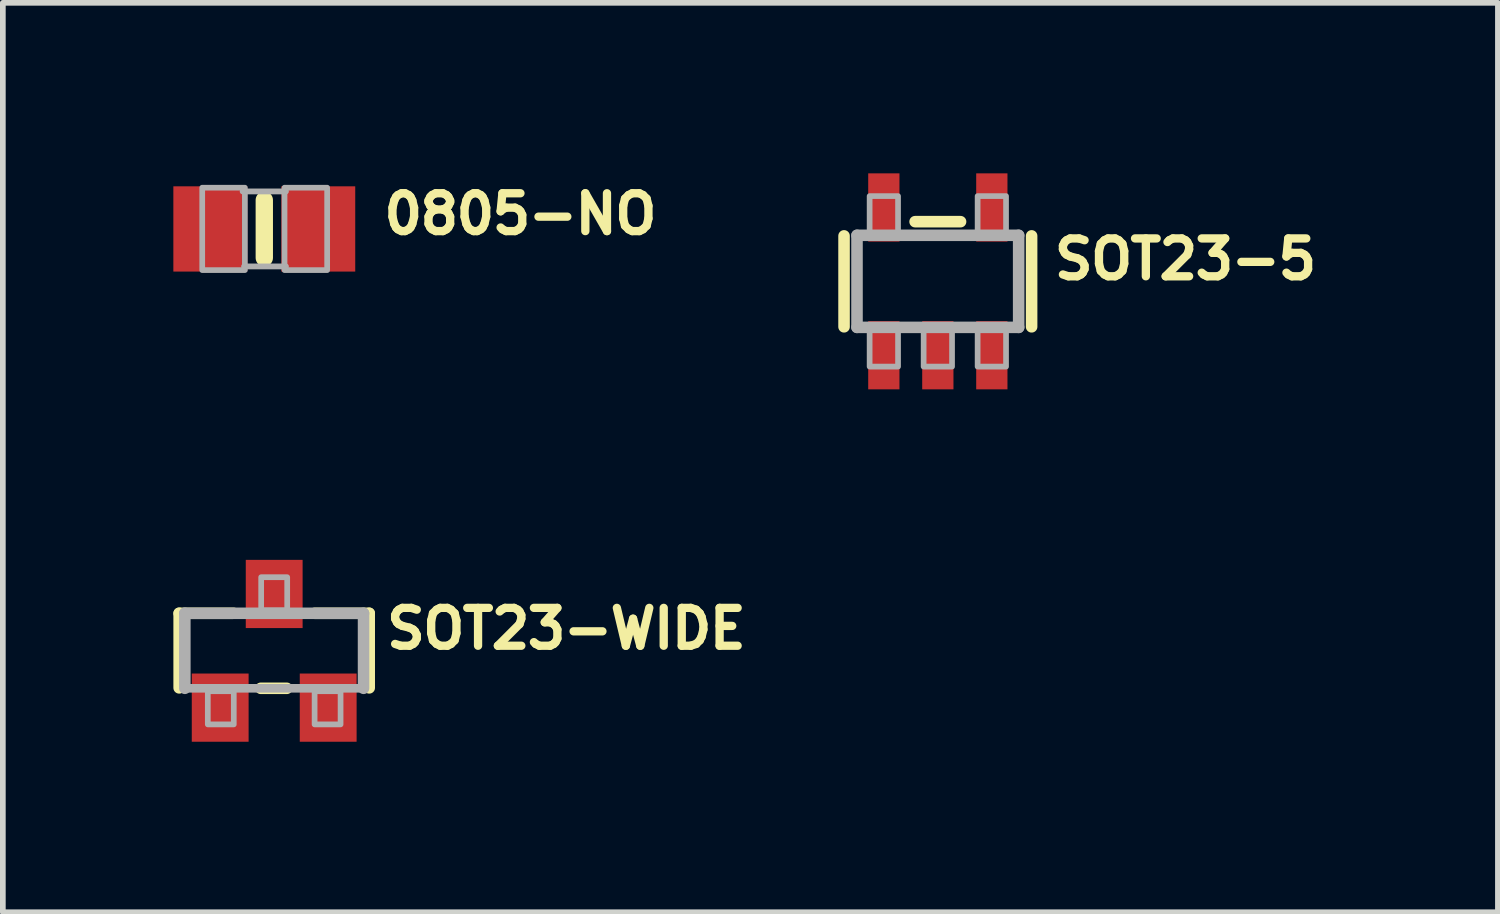
<source format=kicad_pcb>
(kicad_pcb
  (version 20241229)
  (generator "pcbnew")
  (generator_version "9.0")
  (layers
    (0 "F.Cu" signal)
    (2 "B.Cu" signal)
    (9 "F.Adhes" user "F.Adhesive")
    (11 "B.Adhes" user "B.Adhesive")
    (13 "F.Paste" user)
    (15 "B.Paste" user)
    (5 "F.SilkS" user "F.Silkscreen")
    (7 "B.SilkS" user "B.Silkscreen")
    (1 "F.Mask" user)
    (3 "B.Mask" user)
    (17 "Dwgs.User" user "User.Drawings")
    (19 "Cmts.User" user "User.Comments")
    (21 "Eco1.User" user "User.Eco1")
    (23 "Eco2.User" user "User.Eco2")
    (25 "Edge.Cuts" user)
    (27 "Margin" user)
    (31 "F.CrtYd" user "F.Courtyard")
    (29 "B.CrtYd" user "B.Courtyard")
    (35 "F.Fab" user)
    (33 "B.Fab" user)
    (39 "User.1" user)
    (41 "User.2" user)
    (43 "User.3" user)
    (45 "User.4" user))
  (footprint "SOT23-5"
    (layer "F.Cu")
    (at 13.45 1.9)
    (property "Reference" "SOT23-5" (at 1.978 0 0) (layer "F.SilkS") (effects (font (size 0.666 0.666) (thickness 0.146)) (justify left bottom)))
    (fp_line (start -1.65 -0.8) (end -1.65 0.8) (stroke (width 0.203) (type solid)) (layer "F.SilkS"))
    (fp_line (start -0.4 -1.05) (end 0.4 -1.05) (stroke (width 0.203) (type solid)) (layer "F.SilkS"))
    (fp_line (start 1.65 -0.8) (end 1.65 0.8) (stroke (width 0.203) (type solid)) (layer "F.SilkS"))
    (fp_line (start -1.422 -0.81) (end 1.422 -0.81) (stroke (width 0.203) (type solid)) (layer "F.Fab"))
    (fp_line (start -1.422 0.81) (end -1.422 -0.81) (stroke (width 0.203) (type solid)) (layer "F.Fab"))
    (fp_line (start 1.422 -0.81) (end 1.422 0.81) (stroke (width 0.203) (type solid)) (layer "F.Fab"))
    (fp_line (start 1.422 0.81) (end -1.422 0.81) (stroke (width 0.203) (type solid)) (layer "F.Fab"))
    (fp_poly (pts (xy -1.2 -0.85) (xy -0.7 -0.85) (xy -0.7 -1.5) (xy -1.2 -1.5)) (stroke (width 0.1) (type solid)) (fill no) (layer "F.Fab"))
    (fp_poly (pts (xy -1.2 1.5) (xy -0.7 1.5) (xy -0.7 0.85) (xy -1.2 0.85)) (stroke (width 0.1) (type solid)) (fill no) (layer "F.Fab"))
    (fp_poly (pts (xy -0.25 1.5) (xy 0.25 1.5) (xy 0.25 0.85) (xy -0.25 0.85)) (stroke (width 0.1) (type solid)) (fill no) (layer "F.Fab"))
    (fp_poly (pts (xy 0.7 -0.85) (xy 1.2 -0.85) (xy 1.2 -1.5) (xy 0.7 -1.5)) (stroke (width 0.1) (type solid)) (fill no) (layer "F.Fab"))
    (fp_poly (pts (xy 0.7 1.5) (xy 1.2 1.5) (xy 1.2 0.85) (xy 0.7 0.85)) (stroke (width 0.1) (type solid)) (fill no) (layer "F.Fab"))
    (pad "1" smd rect (at -0.95 1.3) (size 0.55 1.2) (layers "F.Cu" "F.Mask" "F.Paste"))
    (pad "2" smd rect (at 0 1.3) (size 0.55 1.2) (layers "F.Cu" "F.Mask" "F.Paste"))
    (pad "3" smd rect (at 0.95 1.3) (size 0.55 1.2) (layers "F.Cu" "F.Mask" "F.Paste"))
    (pad "4" smd rect (at 0.95 -1.3) (size 0.55 1.2) (layers "F.Cu" "F.Mask" "F.Paste"))
    (pad "5" smd rect (at -0.95 -1.3) (size 0.55 1.2) (layers "F.Cu" "F.Mask" "F.Paste")))
  (footprint "0805-NO"
    (layer "F.Cu")
    (at 1.6 0.978)
    (property "Reference" "0805-NO" (at 2.032 0.127 0) (layer "F.SilkS") (effects (font (size 0.666 0.666) (thickness 0.146)) (justify left bottom)))
    (fp_line (start 0 -0.508) (end 0 0.508) (stroke (width 0.305) (type solid)) (layer "F.SilkS"))
    (fp_line (start -0.381 -0.66) (end 0.381 -0.66) (stroke (width 0.102) (type solid)) (layer "F.Fab"))
    (fp_line (start -0.356 0.66) (end 0.381 0.66) (stroke (width 0.102) (type solid)) (layer "F.Fab"))
    (fp_poly (pts (xy -1.092 0.724) (xy -0.342 0.724) (xy -0.342 -0.726) (xy -1.092 -0.726)) (stroke (width 0.1) (type solid)) (fill no) (layer "F.Fab"))
    (fp_poly (pts (xy 0.356 0.724) (xy 1.106 0.724) (xy 1.106 -0.726) (xy 0.356 -0.726)) (stroke (width 0.1) (type solid)) (fill no) (layer "F.Fab"))
    (pad "1" smd rect (at -0.95 0) (size 1.3 1.5) (layers "F.Cu" "F.Mask" "F.Paste"))
    (pad "2" smd rect (at 0.95 0) (size 1.3 1.5) (layers "F.Cu" "F.Mask" "F.Paste")))
  (footprint "SOT23-WIDE"
    (layer "F.Cu")
    (at 1.774 8.4)
    (property "Reference" "SOT23-WIDE" (at 1.905 0 0) (layer "F.SilkS") (effects (font (size 0.666 0.666) (thickness 0.146)) (justify left bottom)))
    (fp_line (start -1.672 -0.66) (end -0.714 -0.66) (stroke (width 0.203) (type solid)) (layer "F.SilkS"))
    (fp_line (start -1.672 0.652) (end -1.672 -0.66) (stroke (width 0.203) (type solid)) (layer "F.SilkS"))
    (fp_line (start 0.222 0.66) (end -0.236 0.66) (stroke (width 0.203) (type solid)) (layer "F.SilkS"))
    (fp_line (start 0.714 -0.66) (end 1.672 -0.66) (stroke (width 0.203) (type solid)) (layer "F.SilkS"))
    (fp_line (start 1.672 -0.66) (end 1.672 0.652) (stroke (width 0.203) (type solid)) (layer "F.SilkS"))
    (fp_line (start -1.572 -0.66) (end 1.572 -0.66) (stroke (width 0.203) (type solid)) (layer "F.Fab"))
    (fp_line (start -1.572 0.66) (end -1.572 -0.66) (stroke (width 0.203) (type solid)) (layer "F.Fab"))
    (fp_line (start 1.572 -0.66) (end 1.572 0.66) (stroke (width 0.203) (type solid)) (layer "F.Fab"))
    (fp_line (start 1.572 0.66) (end -1.572 0.66) (stroke (width 0.152) (type solid)) (layer "F.Fab"))
    (fp_poly (pts (xy -1.168 1.295) (xy -0.711 1.295) (xy -0.711 0.711) (xy -1.168 0.711)) (stroke (width 0.1) (type solid)) (fill no) (layer "F.Fab"))
    (fp_poly (pts (xy -0.229 -0.711) (xy 0.229 -0.711) (xy 0.229 -1.295) (xy -0.229 -1.295)) (stroke (width 0.1) (type solid)) (fill no) (layer "F.Fab"))
    (fp_poly (pts (xy 0.711 1.295) (xy 1.168 1.295) (xy 1.168 0.711) (xy 0.711 0.711)) (stroke (width 0.1) (type solid)) (fill no) (layer "F.Fab"))
    (pad "1" smd rect (at -0.95 1) (size 1 1.2) (layers "F.Cu" "F.Mask" "F.Paste"))
    (pad "2" smd rect (at 0.95 1) (size 1 1.2) (layers "F.Cu" "F.Mask" "F.Paste"))
    (pad "3" smd rect (at 0 -1) (size 1 1.2) (layers "F.Cu" "F.Mask" "F.Paste")))
  (gr_rect
    (start -3 -3)
    (end 23.304 13)
    (stroke (width 0.1) (type default))
    (fill no)
    (layer "Edge.Cuts")))
</source>
